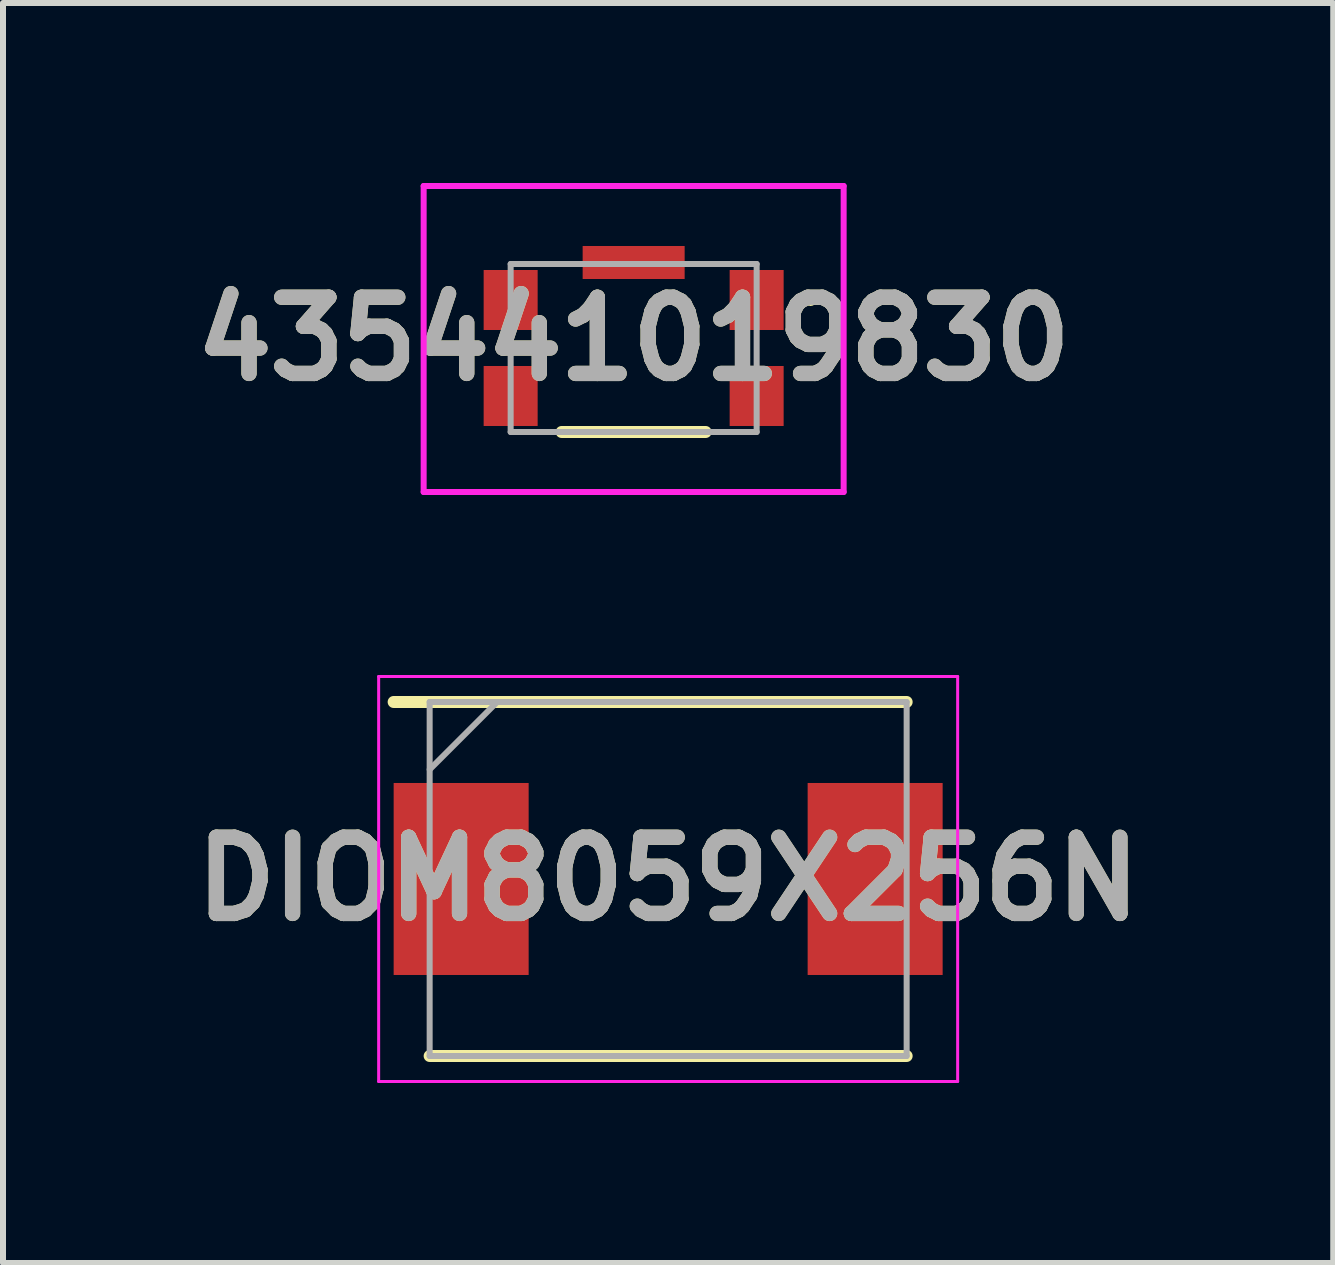
<source format=kicad_pcb>
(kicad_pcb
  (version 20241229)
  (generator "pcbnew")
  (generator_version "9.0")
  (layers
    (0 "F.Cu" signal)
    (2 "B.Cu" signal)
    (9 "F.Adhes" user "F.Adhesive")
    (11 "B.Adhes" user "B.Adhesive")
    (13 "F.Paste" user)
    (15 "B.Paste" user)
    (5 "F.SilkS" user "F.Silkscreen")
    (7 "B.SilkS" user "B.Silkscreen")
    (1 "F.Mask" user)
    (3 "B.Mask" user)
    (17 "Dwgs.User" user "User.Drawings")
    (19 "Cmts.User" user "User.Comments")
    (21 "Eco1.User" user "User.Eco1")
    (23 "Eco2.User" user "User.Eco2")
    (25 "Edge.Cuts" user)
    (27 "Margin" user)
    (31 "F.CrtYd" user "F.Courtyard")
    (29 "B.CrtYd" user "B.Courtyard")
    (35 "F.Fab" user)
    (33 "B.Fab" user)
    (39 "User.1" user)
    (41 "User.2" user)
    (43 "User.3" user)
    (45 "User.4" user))
  (footprint "DIOM8059X256N"
    (layer "F.Cu")
    (at 8.086 11.6)
    (property "Reference" "DIOM8059X256N" (at 0 0 0) (layer "F.SilkS") (effects (font (size 1.27 1.27) (thickness 0.254))))
    (attr smd)
    (fp_line (start -3.975 2.95) (end 3.975 2.95) (stroke (width 0.2) (type solid)) (layer "F.SilkS"))
    (fp_line (start 3.975 -2.95) (end -4.575 -2.95) (stroke (width 0.2) (type solid)) (layer "F.SilkS"))
    (fp_line (start -4.825 -3.375) (end 4.825 -3.375) (stroke (width 0.05) (type solid)) (layer "F.CrtYd"))
    (fp_line (start -4.825 3.375) (end -4.825 -3.375) (stroke (width 0.05) (type solid)) (layer "F.CrtYd"))
    (fp_line (start 4.825 -3.375) (end 4.825 3.375) (stroke (width 0.05) (type solid)) (layer "F.CrtYd"))
    (fp_line (start 4.825 3.375) (end -4.825 3.375) (stroke (width 0.05) (type solid)) (layer "F.CrtYd"))
    (fp_line (start -3.975 -2.95) (end 3.975 -2.95) (stroke (width 0.1) (type solid)) (layer "F.Fab"))
    (fp_line (start -3.975 -1.825) (end -2.85 -2.95) (stroke (width 0.1) (type solid)) (layer "F.Fab"))
    (fp_line (start -3.975 2.95) (end -3.975 -2.95) (stroke (width 0.1) (type solid)) (layer "F.Fab"))
    (fp_line (start 3.975 -2.95) (end 3.975 2.95) (stroke (width 0.1) (type solid)) (layer "F.Fab"))
    (fp_line (start 3.975 2.95) (end -3.975 2.95) (stroke (width 0.1) (type solid)) (layer "F.Fab"))
    (fp_text user "${REFERENCE}" (at 0 0 0) (layer "F.Fab") (effects (font (size 1.27 1.27) (thickness 0.254))))
    (pad "1" smd rect (at -3.45 0) (size 2.25 3.2) (layers "F.Cu" "F.Mask" "F.Paste"))
    (pad "2" smd rect (at 3.45 0) (size 2.25 3.2) (layers "F.Cu" "F.Mask" "F.Paste")))
  (footprint "435441019830"
    (layer "F.Cu")
    (at 7.511 2.75)
    (property "Reference" "435441019830" (at 0 -0.15 0) (layer "F.SilkS") (effects (font (size 1.27 1.27) (thickness 0.254))))
    (attr smd)
    (fp_line (start 1.2 1.4) (end -1.2 1.4) (stroke (width 0.2) (type solid)) (layer "F.SilkS"))
    (fp_line (start 2.9 -0.8) (end 2.9 -0.8) (stroke (width 0.1) (type solid)) (layer "F.SilkS"))
    (fp_line (start 3 -0.8) (end 3 -0.8) (stroke (width 0.1) (type solid)) (layer "F.SilkS"))
    (fp_arc (start 2.9 -0.8) (mid 2.95 -0.85) (end 3 -0.8) (stroke (width 0.1) (type solid)) (layer "F.SilkS"))
    (fp_arc (start 3 -0.8) (mid 2.95 -0.75) (end 2.9 -0.8) (stroke (width 0.1) (type solid)) (layer "F.SilkS"))
    (fp_line (start -3.5 -2.7) (end 3.5 -2.7) (stroke (width 0.1) (type solid)) (layer "F.CrtYd"))
    (fp_line (start -3.5 2.4) (end -3.5 -2.7) (stroke (width 0.1) (type solid)) (layer "F.CrtYd"))
    (fp_line (start 3.5 -2.7) (end 3.5 2.4) (stroke (width 0.1) (type solid)) (layer "F.CrtYd"))
    (fp_line (start 3.5 2.4) (end -3.5 2.4) (stroke (width 0.1) (type solid)) (layer "F.CrtYd"))
    (fp_line (start -2.05 -1.4) (end 2.05 -1.4) (stroke (width 0.1) (type solid)) (layer "F.Fab"))
    (fp_line (start -2.05 1.4) (end -2.05 -1.4) (stroke (width 0.1) (type solid)) (layer "F.Fab"))
    (fp_line (start 2.05 -1.4) (end 2.05 1.4) (stroke (width 0.1) (type solid)) (layer "F.Fab"))
    (fp_line (start 2.05 1.4) (end -2.05 1.4) (stroke (width 0.1) (type solid)) (layer "F.Fab"))
    (fp_text user "${REFERENCE}" (at 0 -0.15 0) (layer "F.Fab") (effects (font (size 1.27 1.27) (thickness 0.254))))
    (pad "1" smd rect (at 2.05 -0.8) (size 0.9 1) (layers "F.Cu" "F.Mask" "F.Paste"))
    (pad "2" smd rect (at 2.05 0.8) (size 0.9 1) (layers "F.Cu" "F.Mask" "F.Paste"))
    (pad "3" smd rect (at -2.05 0.8) (size 0.9 1) (layers "F.Cu" "F.Mask" "F.Paste"))
    (pad "4" smd rect (at -2.05 -0.8) (size 0.9 1) (layers "F.Cu" "F.Mask" "F.Paste"))
    (pad "G1" smd rect (at 0 -1.425 90) (size 0.55 1.7) (layers "F.Cu" "F.Mask" "F.Paste")))
  (gr_rect
    (start -3 -3)
    (end 19.171 18)
    (stroke (width 0.1) (type default))
    (fill no)
    (layer "Edge.Cuts")))
</source>
